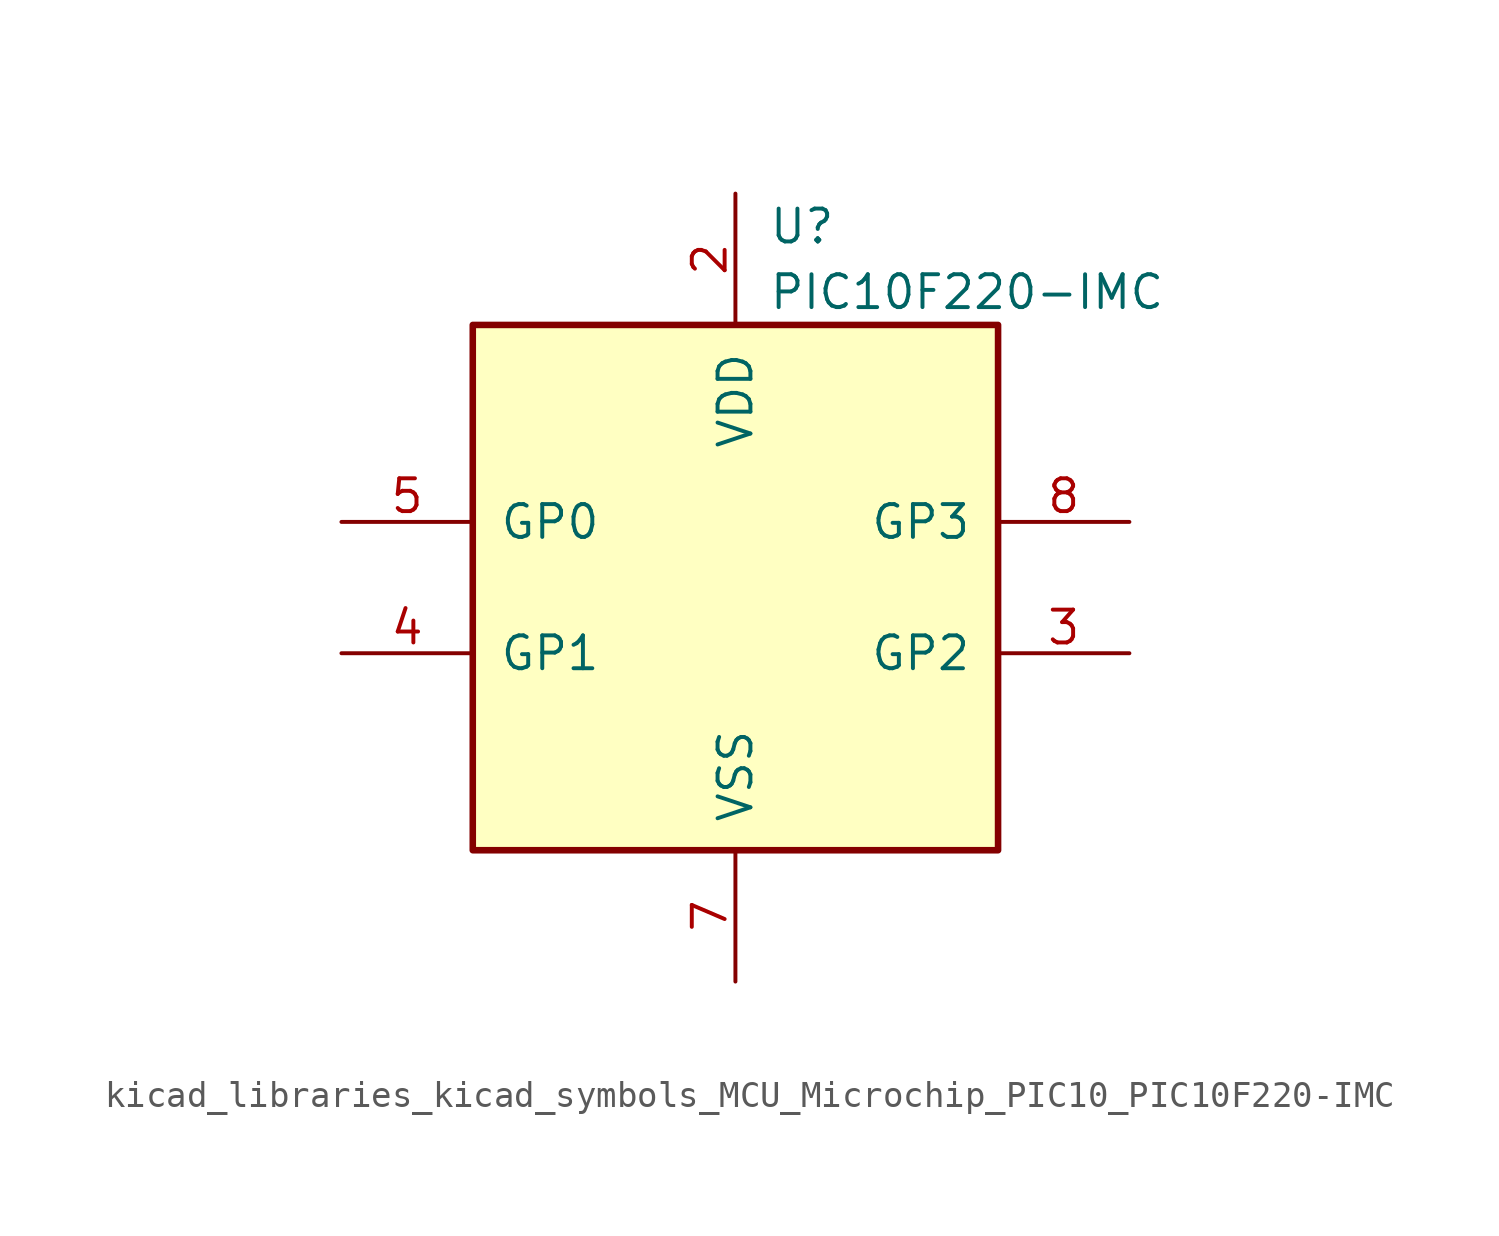
<source format=kicad_sym>
(kicad_symbol_lib
  (version 20220914)
  (generator kicad_symbol_editor)
  (symbol "kicad_libraries_kicad_symbols_MCU_Microchip_PIC10_PIC10F220-IMC"
    (pin_names
      (offset 1.016))
    (property "Reference" "U"
      (at 1.27 13.97 0)
      (effects (font (size 1.27 1.27)) (justify left)))
    (property "Value" "PIC10F220-IMC"
      (at 1.27 11.43 0)
      (effects (font (size 1.27 1.27)) (justify left)))
    (symbol "kicad_libraries_kicad_symbols_MCU_Microchip_PIC10_PIC10F220-IMC_0_1"
      (rectangle (start -10.16 10.16) (end 10.16 -10.16) (stroke (width 0.254) (type default)) (fill (type background))))
    (symbol "kicad_libraries_kicad_symbols_MCU_Microchip_PIC10_PIC10F220-IMC_1_1"
      (pin power_in line (at 0 15.24 270) (length 5.08) (name "VDD" (effects (font (size 1.27 1.27)))) (number "2" (effects (font (size 1.27 1.27)))))
      (pin bidirectional line (at 15.24 -2.54 180) (length 5.08) (name "GP2" (effects (font (size 1.27 1.27)))) (number "3" (effects (font (size 1.27 1.27)))))
      (pin bidirectional line (at -15.24 -2.54 0) (length 5.08) (name "GP1" (effects (font (size 1.27 1.27)))) (number "4" (effects (font (size 1.27 1.27)))))
      (pin bidirectional line (at -15.24 2.54 0) (length 5.08) (name "GP0" (effects (font (size 1.27 1.27)))) (number "5" (effects (font (size 1.27 1.27)))))
      (pin power_in line (at 0 -15.24 90) (length 5.08) (name "VSS" (effects (font (size 1.27 1.27)))) (number "7" (effects (font (size 1.27 1.27)))))
      (pin input line (at 15.24 2.54 180) (length 5.08) (name "GP3" (effects (font (size 1.27 1.27)))) (number "8" (effects (font (size 1.27 1.27))))))))
</source>
